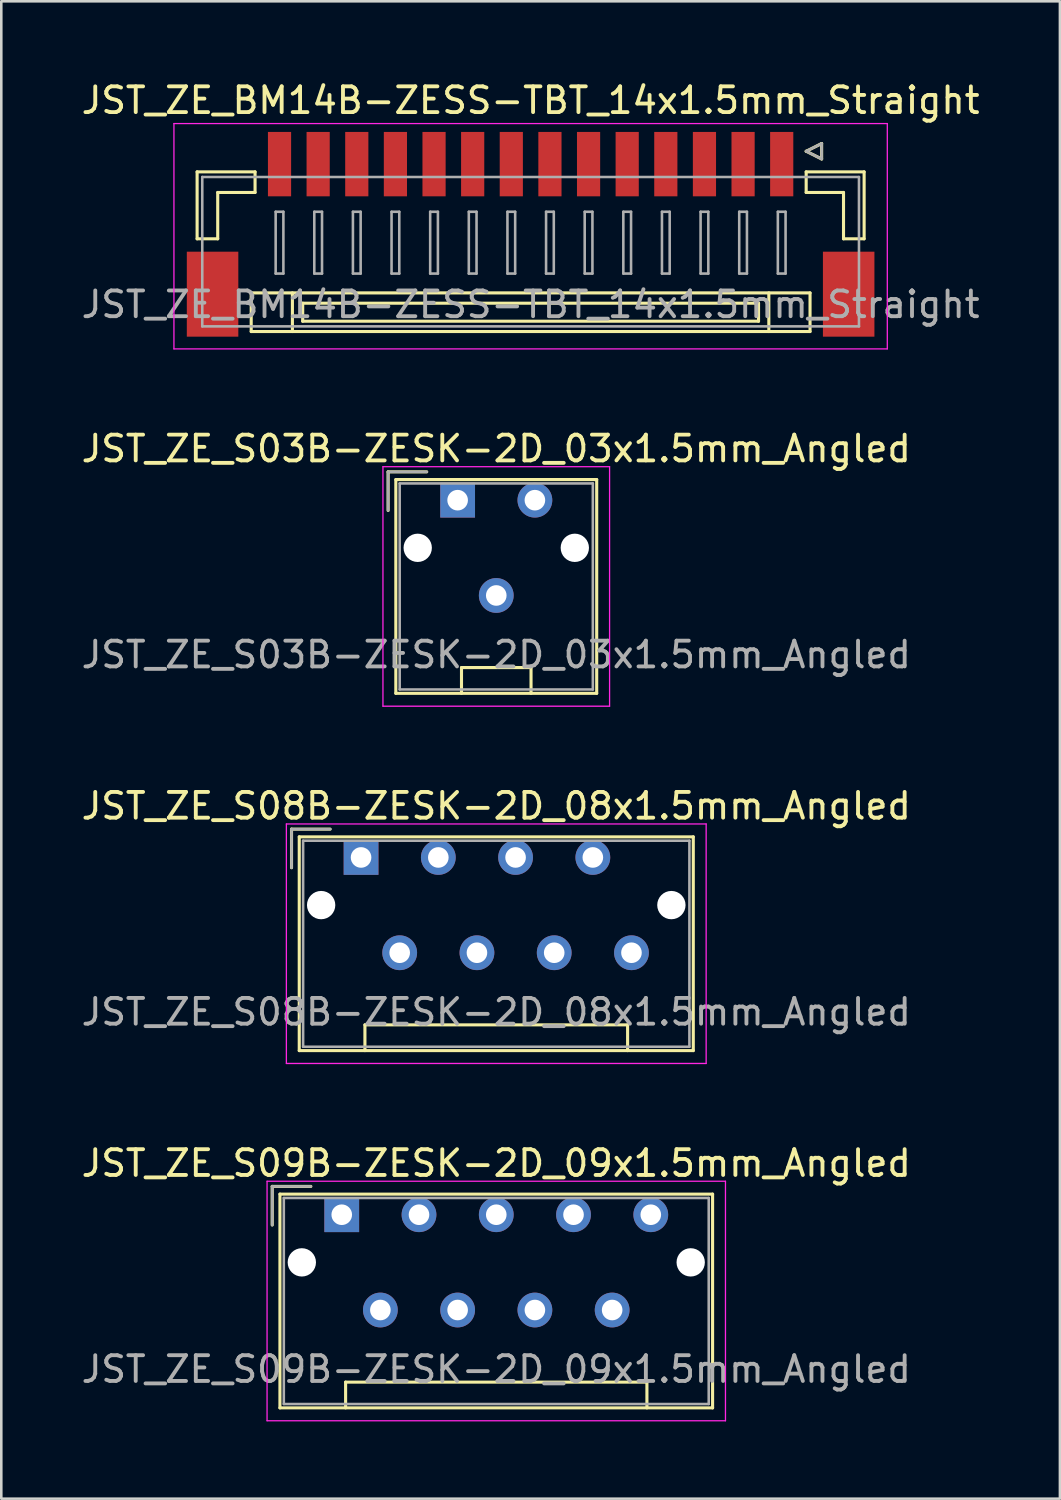
<source format=kicad_pcb>
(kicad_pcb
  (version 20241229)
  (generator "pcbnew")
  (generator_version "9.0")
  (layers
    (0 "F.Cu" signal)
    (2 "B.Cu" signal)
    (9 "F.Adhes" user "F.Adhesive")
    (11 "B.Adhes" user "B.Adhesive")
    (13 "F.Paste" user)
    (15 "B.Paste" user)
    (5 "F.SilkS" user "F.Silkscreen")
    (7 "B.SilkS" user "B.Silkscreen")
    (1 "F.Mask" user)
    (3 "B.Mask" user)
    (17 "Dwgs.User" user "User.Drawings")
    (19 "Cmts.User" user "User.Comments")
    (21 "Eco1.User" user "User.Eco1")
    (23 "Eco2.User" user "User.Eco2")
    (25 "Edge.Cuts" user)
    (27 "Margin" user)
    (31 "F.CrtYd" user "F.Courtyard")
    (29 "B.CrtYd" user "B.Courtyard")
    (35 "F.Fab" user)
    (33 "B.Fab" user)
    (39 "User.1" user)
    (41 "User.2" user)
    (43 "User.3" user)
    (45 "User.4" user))
  (footprint "JST_ZE_S08B-ZESK-2D_08x1.5mm_Angled"
    (layer "F.Cu")
    (at 10.97 30.245)
    (property "Reference" "JST_ZE_S08B-ZESK-2D_08x1.5mm_Angled" (at 5.25 -2 0) (layer "F.SilkS") (effects (font (size 1 1) (thickness 0.15))))
    (attr through_hole)
    (fp_line (start -2.7 -1.1) (end -1.2 -1.1) (stroke (width 0.12) (type solid)) (layer "F.SilkS"))
    (fp_line (start -2.7 0.4) (end -2.7 -1.1) (stroke (width 0.12) (type solid)) (layer "F.SilkS"))
    (fp_line (start -2.4 -0.8) (end -2.4 7.5) (stroke (width 0.12) (type solid)) (layer "F.SilkS"))
    (fp_line (start -2.4 7.5) (end 12.9 7.5) (stroke (width 0.12) (type solid)) (layer "F.SilkS"))
    (fp_line (start 0.15 6.5) (end 10.35 6.5) (stroke (width 0.12) (type solid)) (layer "F.SilkS"))
    (fp_line (start 0.15 7.5) (end 0.15 6.5) (stroke (width 0.12) (type solid)) (layer "F.SilkS"))
    (fp_line (start 10.35 6.5) (end 10.35 7.5) (stroke (width 0.12) (type solid)) (layer "F.SilkS"))
    (fp_line (start 12.9 -0.8) (end -2.4 -0.8) (stroke (width 0.12) (type solid)) (layer "F.SilkS"))
    (fp_line (start 12.9 7.5) (end 12.9 -0.8) (stroke (width 0.12) (type solid)) (layer "F.SilkS"))
    (fp_line (start -2.9 -1.3) (end -2.9 8) (stroke (width 0.05) (type solid)) (layer "F.CrtYd"))
    (fp_line (start -2.9 8) (end 13.4 8) (stroke (width 0.05) (type solid)) (layer "F.CrtYd"))
    (fp_line (start 13.4 -1.3) (end -2.9 -1.3) (stroke (width 0.05) (type solid)) (layer "F.CrtYd"))
    (fp_line (start 13.4 8) (end 13.4 -1.3) (stroke (width 0.05) (type solid)) (layer "F.CrtYd"))
    (fp_line (start -2.7 -1.1) (end -1.2 -1.1) (stroke (width 0.1) (type solid)) (layer "F.Fab"))
    (fp_line (start -2.7 0.4) (end -2.7 -1.1) (stroke (width 0.1) (type solid)) (layer "F.Fab"))
    (fp_line (start -2.25 -0.65) (end -2.25 7.35) (stroke (width 0.1) (type solid)) (layer "F.Fab"))
    (fp_line (start -2.25 7.35) (end 12.75 7.35) (stroke (width 0.1) (type solid)) (layer "F.Fab"))
    (fp_line (start 12.75 -0.65) (end -2.25 -0.65) (stroke (width 0.1) (type solid)) (layer "F.Fab"))
    (fp_line (start 12.75 7.35) (end 12.75 -0.65) (stroke (width 0.1) (type solid)) (layer "F.Fab"))
    (fp_text user "${REFERENCE}" (at 5.25 6 0) (layer "F.Fab") (effects (font (size 1 1) (thickness 0.15))))
    (pad "" np_thru_hole circle (at -1.55 1.85) (size 1.1 1.1) (drill 1.1) (layers "*.Cu"))
    (pad "" np_thru_hole circle (at 12.05 1.85) (size 1.1 1.1) (drill 1.1) (layers "*.Cu"))
    (pad "1" thru_hole rect (at 0 0) (size 1.35 1.35) (drill 0.8) (layers "*.Cu" "*.Mask"))
    (pad "2" thru_hole circle (at 1.5 3.7) (size 1.35 1.35) (drill 0.8) (layers "*.Cu" "*.Mask"))
    (pad "3" thru_hole circle (at 3 0) (size 1.35 1.35) (drill 0.8) (layers "*.Cu" "*.Mask"))
    (pad "4" thru_hole circle (at 4.5 3.7) (size 1.35 1.35) (drill 0.8) (layers "*.Cu" "*.Mask"))
    (pad "5" thru_hole circle (at 6 0) (size 1.35 1.35) (drill 0.8) (layers "*.Cu" "*.Mask"))
    (pad "6" thru_hole circle (at 7.5 3.7) (size 1.35 1.35) (drill 0.8) (layers "*.Cu" "*.Mask"))
    (pad "7" thru_hole circle (at 9 0) (size 1.35 1.35) (drill 0.8) (layers "*.Cu" "*.Mask"))
    (pad "8" thru_hole circle (at 10.5 3.7) (size 1.35 1.35) (drill 0.8) (layers "*.Cu" "*.Mask")))
  (footprint "JST_ZE_S03B-ZESK-2D_03x1.5mm_Angled"
    (layer "F.Cu")
    (at 14.72 16.372)
    (property "Reference" "JST_ZE_S03B-ZESK-2D_03x1.5mm_Angled" (at 1.5 -2 0) (layer "F.SilkS") (effects (font (size 1 1) (thickness 0.15))))
    (attr through_hole)
    (fp_line (start -2.7 -1.1) (end -1.2 -1.1) (stroke (width 0.12) (type solid)) (layer "F.SilkS"))
    (fp_line (start -2.7 0.4) (end -2.7 -1.1) (stroke (width 0.12) (type solid)) (layer "F.SilkS"))
    (fp_line (start -2.4 -0.8) (end -2.4 7.5) (stroke (width 0.12) (type solid)) (layer "F.SilkS"))
    (fp_line (start -2.4 7.5) (end 5.4 7.5) (stroke (width 0.12) (type solid)) (layer "F.SilkS"))
    (fp_line (start 0.15 6.5) (end 2.85 6.5) (stroke (width 0.12) (type solid)) (layer "F.SilkS"))
    (fp_line (start 0.15 7.5) (end 0.15 6.5) (stroke (width 0.12) (type solid)) (layer "F.SilkS"))
    (fp_line (start 2.85 6.5) (end 2.85 7.5) (stroke (width 0.12) (type solid)) (layer "F.SilkS"))
    (fp_line (start 5.4 -0.8) (end -2.4 -0.8) (stroke (width 0.12) (type solid)) (layer "F.SilkS"))
    (fp_line (start 5.4 7.5) (end 5.4 -0.8) (stroke (width 0.12) (type solid)) (layer "F.SilkS"))
    (fp_line (start -2.9 -1.3) (end -2.9 8) (stroke (width 0.05) (type solid)) (layer "F.CrtYd"))
    (fp_line (start -2.9 8) (end 5.9 8) (stroke (width 0.05) (type solid)) (layer "F.CrtYd"))
    (fp_line (start 5.9 -1.3) (end -2.9 -1.3) (stroke (width 0.05) (type solid)) (layer "F.CrtYd"))
    (fp_line (start 5.9 8) (end 5.9 -1.3) (stroke (width 0.05) (type solid)) (layer "F.CrtYd"))
    (fp_line (start -2.7 -1.1) (end -1.2 -1.1) (stroke (width 0.1) (type solid)) (layer "F.Fab"))
    (fp_line (start -2.7 0.4) (end -2.7 -1.1) (stroke (width 0.1) (type solid)) (layer "F.Fab"))
    (fp_line (start -2.25 -0.65) (end -2.25 7.35) (stroke (width 0.1) (type solid)) (layer "F.Fab"))
    (fp_line (start -2.25 7.35) (end 5.25 7.35) (stroke (width 0.1) (type solid)) (layer "F.Fab"))
    (fp_line (start 5.25 -0.65) (end -2.25 -0.65) (stroke (width 0.1) (type solid)) (layer "F.Fab"))
    (fp_line (start 5.25 7.35) (end 5.25 -0.65) (stroke (width 0.1) (type solid)) (layer "F.Fab"))
    (fp_text user "${REFERENCE}" (at 1.5 6 0) (layer "F.Fab") (effects (font (size 1 1) (thickness 0.15))))
    (pad "" np_thru_hole circle (at -1.55 1.85) (size 1.1 1.1) (drill 1.1) (layers "*.Cu"))
    (pad "" np_thru_hole circle (at 4.55 1.85) (size 1.1 1.1) (drill 1.1) (layers "*.Cu"))
    (pad "1" thru_hole rect (at 0 0) (size 1.35 1.35) (drill 0.8) (layers "*.Cu" "*.Mask"))
    (pad "2" thru_hole circle (at 1.5 3.7) (size 1.35 1.35) (drill 0.8) (layers "*.Cu" "*.Mask"))
    (pad "3" thru_hole circle (at 3 0) (size 1.35 1.35) (drill 0.8) (layers "*.Cu" "*.Mask")))
  (footprint "JST_ZE_BM14B-ZESS-TBT_14x1.5mm_Straight"
    (layer "F.Cu")
    (at 17.554 5.848)
    (property "Reference" "JST_ZE_BM14B-ZESS-TBT_14x1.5mm_Straight" (at 0 -5 0) (layer "F.SilkS") (effects (font (size 1 1) (thickness 0.15))))
    (attr smd)
    (fp_line (start -12.95 -2.225) (end -12.95 0.375) (stroke (width 0.12) (type solid)) (layer "F.SilkS"))
    (fp_line (start -12.95 0.375) (end -12.15 0.375) (stroke (width 0.12) (type solid)) (layer "F.SilkS"))
    (fp_line (start -12.15 -1.425) (end -10.7 -1.425) (stroke (width 0.12) (type solid)) (layer "F.SilkS"))
    (fp_line (start -12.15 0.375) (end -12.15 -1.425) (stroke (width 0.12) (type solid)) (layer "F.SilkS"))
    (fp_line (start -10.85 2.475) (end -10.85 3.975) (stroke (width 0.12) (type solid)) (layer "F.SilkS"))
    (fp_line (start -10.85 3.975) (end 10.85 3.975) (stroke (width 0.12) (type solid)) (layer "F.SilkS"))
    (fp_line (start -10.7 -2.225) (end -12.95 -2.225) (stroke (width 0.12) (type solid)) (layer "F.SilkS"))
    (fp_line (start -10.7 -1.425) (end -10.7 -2.225) (stroke (width 0.12) (type solid)) (layer "F.SilkS"))
    (fp_line (start -9.25 2.475) (end -9.25 3.975) (stroke (width 0.12) (type solid)) (layer "F.SilkS"))
    (fp_line (start -8.85 2.875) (end -8.85 3.575) (stroke (width 0.12) (type solid)) (layer "F.SilkS"))
    (fp_line (start -8.85 3.575) (end 8.85 3.575) (stroke (width 0.12) (type solid)) (layer "F.SilkS"))
    (fp_line (start 8.85 2.875) (end -8.85 2.875) (stroke (width 0.12) (type solid)) (layer "F.SilkS"))
    (fp_line (start 8.85 3.575) (end 8.85 2.875) (stroke (width 0.12) (type solid)) (layer "F.SilkS"))
    (fp_line (start 9.25 2.475) (end 9.25 3.975) (stroke (width 0.12) (type solid)) (layer "F.SilkS"))
    (fp_line (start 10.7 -3.025) (end 11.3 -3.325) (stroke (width 0.12) (type solid)) (layer "F.SilkS"))
    (fp_line (start 10.7 -2.225) (end 12.95 -2.225) (stroke (width 0.12) (type solid)) (layer "F.SilkS"))
    (fp_line (start 10.7 -1.425) (end 10.7 -2.225) (stroke (width 0.12) (type solid)) (layer "F.SilkS"))
    (fp_line (start 10.85 2.475) (end -10.85 2.475) (stroke (width 0.12) (type solid)) (layer "F.SilkS"))
    (fp_line (start 10.85 3.975) (end 10.85 2.475) (stroke (width 0.12) (type solid)) (layer "F.SilkS"))
    (fp_line (start 11.3 -3.325) (end 11.3 -2.725) (stroke (width 0.12) (type solid)) (layer "F.SilkS"))
    (fp_line (start 11.3 -2.725) (end 10.7 -3.025) (stroke (width 0.12) (type solid)) (layer "F.SilkS"))
    (fp_line (start 12.15 -1.425) (end 10.7 -1.425) (stroke (width 0.12) (type solid)) (layer "F.SilkS"))
    (fp_line (start 12.15 0.375) (end 12.15 -1.425) (stroke (width 0.12) (type solid)) (layer "F.SilkS"))
    (fp_line (start 12.95 -2.225) (end 12.95 0.375) (stroke (width 0.12) (type solid)) (layer "F.SilkS"))
    (fp_line (start 12.95 0.375) (end 12.15 0.375) (stroke (width 0.12) (type solid)) (layer "F.SilkS"))
    (fp_line (start -13.85 -4.1) (end -13.85 4.65) (stroke (width 0.05) (type solid)) (layer "F.CrtYd"))
    (fp_line (start -13.85 4.65) (end 13.85 4.65) (stroke (width 0.05) (type solid)) (layer "F.CrtYd"))
    (fp_line (start 13.85 -4.1) (end -13.85 -4.1) (stroke (width 0.05) (type solid)) (layer "F.CrtYd"))
    (fp_line (start 13.85 4.65) (end 13.85 -4.1) (stroke (width 0.05) (type solid)) (layer "F.CrtYd"))
    (fp_line (start -12.75 -2.025) (end -12.75 3.775) (stroke (width 0.1) (type solid)) (layer "F.Fab"))
    (fp_line (start -12.75 3.775) (end 12.75 3.775) (stroke (width 0.1) (type solid)) (layer "F.Fab"))
    (fp_line (start -9.9 -0.675) (end -9.9 1.725) (stroke (width 0.1) (type solid)) (layer "F.Fab"))
    (fp_line (start -9.9 1.725) (end -9.6 1.725) (stroke (width 0.1) (type solid)) (layer "F.Fab"))
    (fp_line (start -9.6 -0.675) (end -9.9 -0.675) (stroke (width 0.1) (type solid)) (layer "F.Fab"))
    (fp_line (start -9.6 1.725) (end -9.6 -0.675) (stroke (width 0.1) (type solid)) (layer "F.Fab"))
    (fp_line (start -8.4 -0.675) (end -8.4 1.725) (stroke (width 0.1) (type solid)) (layer "F.Fab"))
    (fp_line (start -8.4 1.725) (end -8.1 1.725) (stroke (width 0.1) (type solid)) (layer "F.Fab"))
    (fp_line (start -8.1 -0.675) (end -8.4 -0.675) (stroke (width 0.1) (type solid)) (layer "F.Fab"))
    (fp_line (start -8.1 1.725) (end -8.1 -0.675) (stroke (width 0.1) (type solid)) (layer "F.Fab"))
    (fp_line (start -6.9 -0.675) (end -6.9 1.725) (stroke (width 0.1) (type solid)) (layer "F.Fab"))
    (fp_line (start -6.9 1.725) (end -6.6 1.725) (stroke (width 0.1) (type solid)) (layer "F.Fab"))
    (fp_line (start -6.6 -0.675) (end -6.9 -0.675) (stroke (width 0.1) (type solid)) (layer "F.Fab"))
    (fp_line (start -6.6 1.725) (end -6.6 -0.675) (stroke (width 0.1) (type solid)) (layer "F.Fab"))
    (fp_line (start -5.4 -0.675) (end -5.4 1.725) (stroke (width 0.1) (type solid)) (layer "F.Fab"))
    (fp_line (start -5.4 1.725) (end -5.1 1.725) (stroke (width 0.1) (type solid)) (layer "F.Fab"))
    (fp_line (start -5.1 -0.675) (end -5.4 -0.675) (stroke (width 0.1) (type solid)) (layer "F.Fab"))
    (fp_line (start -5.1 1.725) (end -5.1 -0.675) (stroke (width 0.1) (type solid)) (layer "F.Fab"))
    (fp_line (start -3.9 -0.675) (end -3.9 1.725) (stroke (width 0.1) (type solid)) (layer "F.Fab"))
    (fp_line (start -3.9 1.725) (end -3.6 1.725) (stroke (width 0.1) (type solid)) (layer "F.Fab"))
    (fp_line (start -3.6 -0.675) (end -3.9 -0.675) (stroke (width 0.1) (type solid)) (layer "F.Fab"))
    (fp_line (start -3.6 1.725) (end -3.6 -0.675) (stroke (width 0.1) (type solid)) (layer "F.Fab"))
    (fp_line (start -2.4 -0.675) (end -2.4 1.725) (stroke (width 0.1) (type solid)) (layer "F.Fab"))
    (fp_line (start -2.4 1.725) (end -2.1 1.725) (stroke (width 0.1) (type solid)) (layer "F.Fab"))
    (fp_line (start -2.1 -0.675) (end -2.4 -0.675) (stroke (width 0.1) (type solid)) (layer "F.Fab"))
    (fp_line (start -2.1 1.725) (end -2.1 -0.675) (stroke (width 0.1) (type solid)) (layer "F.Fab"))
    (fp_line (start -0.9 -0.675) (end -0.9 1.725) (stroke (width 0.1) (type solid)) (layer "F.Fab"))
    (fp_line (start -0.9 1.725) (end -0.6 1.725) (stroke (width 0.1) (type solid)) (layer "F.Fab"))
    (fp_line (start -0.6 -0.675) (end -0.9 -0.675) (stroke (width 0.1) (type solid)) (layer "F.Fab"))
    (fp_line (start -0.6 1.725) (end -0.6 -0.675) (stroke (width 0.1) (type solid)) (layer "F.Fab"))
    (fp_line (start 0.6 -0.675) (end 0.6 1.725) (stroke (width 0.1) (type solid)) (layer "F.Fab"))
    (fp_line (start 0.6 1.725) (end 0.9 1.725) (stroke (width 0.1) (type solid)) (layer "F.Fab"))
    (fp_line (start 0.9 -0.675) (end 0.6 -0.675) (stroke (width 0.1) (type solid)) (layer "F.Fab"))
    (fp_line (start 0.9 1.725) (end 0.9 -0.675) (stroke (width 0.1) (type solid)) (layer "F.Fab"))
    (fp_line (start 2.1 -0.675) (end 2.1 1.725) (stroke (width 0.1) (type solid)) (layer "F.Fab"))
    (fp_line (start 2.1 1.725) (end 2.4 1.725) (stroke (width 0.1) (type solid)) (layer "F.Fab"))
    (fp_line (start 2.4 -0.675) (end 2.1 -0.675) (stroke (width 0.1) (type solid)) (layer "F.Fab"))
    (fp_line (start 2.4 1.725) (end 2.4 -0.675) (stroke (width 0.1) (type solid)) (layer "F.Fab"))
    (fp_line (start 3.6 -0.675) (end 3.6 1.725) (stroke (width 0.1) (type solid)) (layer "F.Fab"))
    (fp_line (start 3.6 1.725) (end 3.9 1.725) (stroke (width 0.1) (type solid)) (layer "F.Fab"))
    (fp_line (start 3.9 -0.675) (end 3.6 -0.675) (stroke (width 0.1) (type solid)) (layer "F.Fab"))
    (fp_line (start 3.9 1.725) (end 3.9 -0.675) (stroke (width 0.1) (type solid)) (layer "F.Fab"))
    (fp_line (start 5.1 -0.675) (end 5.1 1.725) (stroke (width 0.1) (type solid)) (layer "F.Fab"))
    (fp_line (start 5.1 1.725) (end 5.4 1.725) (stroke (width 0.1) (type solid)) (layer "F.Fab"))
    (fp_line (start 5.4 -0.675) (end 5.1 -0.675) (stroke (width 0.1) (type solid)) (layer "F.Fab"))
    (fp_line (start 5.4 1.725) (end 5.4 -0.675) (stroke (width 0.1) (type solid)) (layer "F.Fab"))
    (fp_line (start 6.6 -0.675) (end 6.6 1.725) (stroke (width 0.1) (type solid)) (layer "F.Fab"))
    (fp_line (start 6.6 1.725) (end 6.9 1.725) (stroke (width 0.1) (type solid)) (layer "F.Fab"))
    (fp_line (start 6.9 -0.675) (end 6.6 -0.675) (stroke (width 0.1) (type solid)) (layer "F.Fab"))
    (fp_line (start 6.9 1.725) (end 6.9 -0.675) (stroke (width 0.1) (type solid)) (layer "F.Fab"))
    (fp_line (start 8.1 -0.675) (end 8.1 1.725) (stroke (width 0.1) (type solid)) (layer "F.Fab"))
    (fp_line (start 8.1 1.725) (end 8.4 1.725) (stroke (width 0.1) (type solid)) (layer "F.Fab"))
    (fp_line (start 8.4 -0.675) (end 8.1 -0.675) (stroke (width 0.1) (type solid)) (layer "F.Fab"))
    (fp_line (start 8.4 1.725) (end 8.4 -0.675) (stroke (width 0.1) (type solid)) (layer "F.Fab"))
    (fp_line (start 9.6 -0.675) (end 9.6 1.725) (stroke (width 0.1) (type solid)) (layer "F.Fab"))
    (fp_line (start 9.6 1.725) (end 9.9 1.725) (stroke (width 0.1) (type solid)) (layer "F.Fab"))
    (fp_line (start 9.9 -0.675) (end 9.6 -0.675) (stroke (width 0.1) (type solid)) (layer "F.Fab"))
    (fp_line (start 9.9 1.725) (end 9.9 -0.675) (stroke (width 0.1) (type solid)) (layer "F.Fab"))
    (fp_line (start 10.7 -3.025) (end 11.3 -3.325) (stroke (width 0.1) (type solid)) (layer "F.Fab"))
    (fp_line (start 11.3 -3.325) (end 11.3 -2.725) (stroke (width 0.1) (type solid)) (layer "F.Fab"))
    (fp_line (start 11.3 -2.725) (end 10.7 -3.025) (stroke (width 0.1) (type solid)) (layer "F.Fab"))
    (fp_line (start 12.75 -2.025) (end -12.75 -2.025) (stroke (width 0.1) (type solid)) (layer "F.Fab"))
    (fp_line (start 12.75 3.775) (end 12.75 -2.025) (stroke (width 0.1) (type solid)) (layer "F.Fab"))
    (fp_text user "${REFERENCE}" (at 0 2.925 0) (layer "F.Fab") (effects (font (size 1 1) (thickness 0.15))))
    (pad "" smd rect (at -12.35 2.525) (size 2 3.3) (layers "F.Cu" "F.Mask" "F.Paste"))
    (pad "" smd rect (at 12.35 2.525) (size 2 3.3) (layers "F.Cu" "F.Mask" "F.Paste"))
    (pad "1" smd rect (at 9.75 -2.525) (size 0.9 2.5) (layers "F.Cu" "F.Mask" "F.Paste"))
    (pad "2" smd rect (at 8.25 -2.525) (size 0.9 2.5) (layers "F.Cu" "F.Mask" "F.Paste"))
    (pad "3" smd rect (at 6.75 -2.525) (size 0.9 2.5) (layers "F.Cu" "F.Mask" "F.Paste"))
    (pad "4" smd rect (at 5.25 -2.525) (size 0.9 2.5) (layers "F.Cu" "F.Mask" "F.Paste"))
    (pad "5" smd rect (at 3.75 -2.525) (size 0.9 2.5) (layers "F.Cu" "F.Mask" "F.Paste"))
    (pad "6" smd rect (at 2.25 -2.525) (size 0.9 2.5) (layers "F.Cu" "F.Mask" "F.Paste"))
    (pad "7" smd rect (at 0.75 -2.525) (size 0.9 2.5) (layers "F.Cu" "F.Mask" "F.Paste"))
    (pad "8" smd rect (at -0.75 -2.525) (size 0.9 2.5) (layers "F.Cu" "F.Mask" "F.Paste"))
    (pad "9" smd rect (at -2.25 -2.525) (size 0.9 2.5) (layers "F.Cu" "F.Mask" "F.Paste"))
    (pad "10" smd rect (at -3.75 -2.525) (size 0.9 2.5) (layers "F.Cu" "F.Mask" "F.Paste"))
    (pad "11" smd rect (at -5.25 -2.525) (size 0.9 2.5) (layers "F.Cu" "F.Mask" "F.Paste"))
    (pad "12" smd rect (at -6.75 -2.525) (size 0.9 2.5) (layers "F.Cu" "F.Mask" "F.Paste"))
    (pad "13" smd rect (at -8.25 -2.525) (size 0.9 2.5) (layers "F.Cu" "F.Mask" "F.Paste"))
    (pad "14" smd rect (at -9.75 -2.525) (size 0.9 2.5) (layers "F.Cu" "F.Mask" "F.Paste")))
  (footprint "JST_ZE_S09B-ZESK-2D_09x1.5mm_Angled"
    (layer "F.Cu")
    (at 10.22 44.118)
    (property "Reference" "JST_ZE_S09B-ZESK-2D_09x1.5mm_Angled" (at 6 -2 0) (layer "F.SilkS") (effects (font (size 1 1) (thickness 0.15))))
    (attr through_hole)
    (fp_line (start -2.7 -1.1) (end -1.2 -1.1) (stroke (width 0.12) (type solid)) (layer "F.SilkS"))
    (fp_line (start -2.7 0.4) (end -2.7 -1.1) (stroke (width 0.12) (type solid)) (layer "F.SilkS"))
    (fp_line (start -2.4 -0.8) (end -2.4 7.5) (stroke (width 0.12) (type solid)) (layer "F.SilkS"))
    (fp_line (start -2.4 7.5) (end 14.4 7.5) (stroke (width 0.12) (type solid)) (layer "F.SilkS"))
    (fp_line (start 0.15 6.5) (end 11.85 6.5) (stroke (width 0.12) (type solid)) (layer "F.SilkS"))
    (fp_line (start 0.15 7.5) (end 0.15 6.5) (stroke (width 0.12) (type solid)) (layer "F.SilkS"))
    (fp_line (start 11.85 6.5) (end 11.85 7.5) (stroke (width 0.12) (type solid)) (layer "F.SilkS"))
    (fp_line (start 14.4 -0.8) (end -2.4 -0.8) (stroke (width 0.12) (type solid)) (layer "F.SilkS"))
    (fp_line (start 14.4 7.5) (end 14.4 -0.8) (stroke (width 0.12) (type solid)) (layer "F.SilkS"))
    (fp_line (start -2.9 -1.3) (end -2.9 8) (stroke (width 0.05) (type solid)) (layer "F.CrtYd"))
    (fp_line (start -2.9 8) (end 14.9 8) (stroke (width 0.05) (type solid)) (layer "F.CrtYd"))
    (fp_line (start 14.9 -1.3) (end -2.9 -1.3) (stroke (width 0.05) (type solid)) (layer "F.CrtYd"))
    (fp_line (start 14.9 8) (end 14.9 -1.3) (stroke (width 0.05) (type solid)) (layer "F.CrtYd"))
    (fp_line (start -2.7 -1.1) (end -1.2 -1.1) (stroke (width 0.1) (type solid)) (layer "F.Fab"))
    (fp_line (start -2.7 0.4) (end -2.7 -1.1) (stroke (width 0.1) (type solid)) (layer "F.Fab"))
    (fp_line (start -2.25 -0.65) (end -2.25 7.35) (stroke (width 0.1) (type solid)) (layer "F.Fab"))
    (fp_line (start -2.25 7.35) (end 14.25 7.35) (stroke (width 0.1) (type solid)) (layer "F.Fab"))
    (fp_line (start 14.25 -0.65) (end -2.25 -0.65) (stroke (width 0.1) (type solid)) (layer "F.Fab"))
    (fp_line (start 14.25 7.35) (end 14.25 -0.65) (stroke (width 0.1) (type solid)) (layer "F.Fab"))
    (fp_text user "${REFERENCE}" (at 6 6 0) (layer "F.Fab") (effects (font (size 1 1) (thickness 0.15))))
    (pad "" np_thru_hole circle (at -1.55 1.85) (size 1.1 1.1) (drill 1.1) (layers "*.Cu"))
    (pad "" np_thru_hole circle (at 13.55 1.85) (size 1.1 1.1) (drill 1.1) (layers "*.Cu"))
    (pad "1" thru_hole rect (at 0 0) (size 1.35 1.35) (drill 0.8) (layers "*.Cu" "*.Mask"))
    (pad "2" thru_hole circle (at 1.5 3.7) (size 1.35 1.35) (drill 0.8) (layers "*.Cu" "*.Mask"))
    (pad "3" thru_hole circle (at 3 0) (size 1.35 1.35) (drill 0.8) (layers "*.Cu" "*.Mask"))
    (pad "4" thru_hole circle (at 4.5 3.7) (size 1.35 1.35) (drill 0.8) (layers "*.Cu" "*.Mask"))
    (pad "5" thru_hole circle (at 6 0) (size 1.35 1.35) (drill 0.8) (layers "*.Cu" "*.Mask"))
    (pad "6" thru_hole circle (at 7.5 3.7) (size 1.35 1.35) (drill 0.8) (layers "*.Cu" "*.Mask"))
    (pad "7" thru_hole circle (at 9 0) (size 1.35 1.35) (drill 0.8) (layers "*.Cu" "*.Mask"))
    (pad "8" thru_hole circle (at 10.5 3.7) (size 1.35 1.35) (drill 0.8) (layers "*.Cu" "*.Mask"))
    (pad "9" thru_hole circle (at 12 0) (size 1.35 1.35) (drill 0.8) (layers "*.Cu" "*.Mask")))
  (gr_rect
    (start -3 -3)
    (end 38.107 55.143)
    (stroke (width 0.1) (type default))
    (fill no)
    (layer "Edge.Cuts")))
</source>
